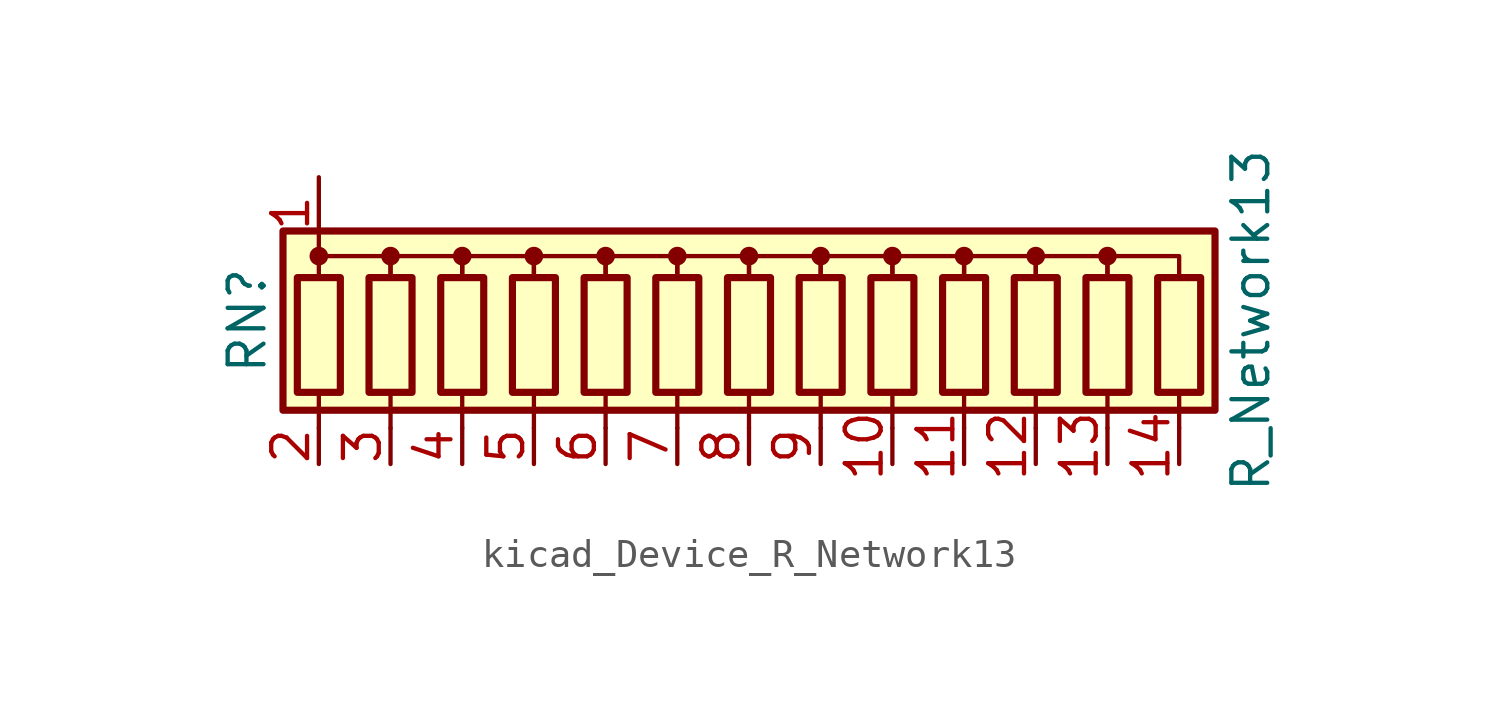
<source format=kicad_sym>
(kicad_symbol_lib
  (version 20220914)
  (generator kicad_symbol_editor)
  (symbol "kicad_Device_R_Network13"
    (pin_names
      (offset 0) hide)
    (property "Reference" "RN"
      (at -17.78 0 90)
      (effects (font (size 1.27 1.27))))
    (property "Value" "R_Network13"
      (at 17.78 0 90)
      (effects (font (size 1.27 1.27))))
    (symbol "kicad_Device_R_Network13_0_1"
      (rectangle (start -16.51 -3.175) (end 16.51 3.175) (stroke (width 0.254) (type default)) (fill (type background)))
      (rectangle (start -16.002 1.524) (end -14.478 -2.54) (stroke (width 0.254) (type default)) (fill (type none)))
      (circle (center -15.24 2.286) (radius 0.254) (stroke (width 0) (type default)) (fill (type outline)))
      (rectangle (start -13.462 1.524) (end -11.938 -2.54) (stroke (width 0.254) (type default)) (fill (type none)))
      (circle (center -12.7 2.286) (radius 0.254) (stroke (width 0) (type default)) (fill (type outline)))
      (rectangle (start -10.922 1.524) (end -9.398 -2.54) (stroke (width 0.254) (type default)) (fill (type none)))
      (circle (center -10.16 2.286) (radius 0.254) (stroke (width 0) (type default)) (fill (type outline)))
      (rectangle (start -8.382 1.524) (end -6.858 -2.54) (stroke (width 0.254) (type default)) (fill (type none)))
      (circle (center -7.62 2.286) (radius 0.254) (stroke (width 0) (type default)) (fill (type outline)))
      (rectangle (start -5.842 1.524) (end -4.318 -2.54) (stroke (width 0.254) (type default)) (fill (type none)))
      (circle (center -5.08 2.286) (radius 0.254) (stroke (width 0) (type default)) (fill (type outline)))
      (rectangle (start -3.302 1.524) (end -1.778 -2.54) (stroke (width 0.254) (type default)) (fill (type none)))
      (circle (center -2.54 2.286) (radius 0.254) (stroke (width 0) (type default)) (fill (type outline)))
      (rectangle (start -0.762 1.524) (end 0.762 -2.54) (stroke (width 0.254) (type default)) (fill (type none)))
      (polyline (pts (xy -15.24 -2.54) (xy -15.24 -3.81)) (stroke (width 0) (type default)) (fill (type none)))
      (polyline (pts (xy -12.7 -2.54) (xy -12.7 -3.81)) (stroke (width 0) (type default)) (fill (type none)))
      (polyline (pts (xy -10.16 -2.54) (xy -10.16 -3.81)) (stroke (width 0) (type default)) (fill (type none)))
      (polyline (pts (xy -7.62 -2.54) (xy -7.62 -3.81)) (stroke (width 0) (type default)) (fill (type none)))
      (polyline (pts (xy -5.08 -2.54) (xy -5.08 -3.81)) (stroke (width 0) (type default)) (fill (type none)))
      (polyline (pts (xy -2.54 -2.54) (xy -2.54 -3.81)) (stroke (width 0) (type default)) (fill (type none)))
      (polyline (pts (xy 0 -2.54) (xy 0 -3.81)) (stroke (width 0) (type default)) (fill (type none)))
      (polyline (pts (xy 2.54 -2.54) (xy 2.54 -3.81)) (stroke (width 0) (type default)) (fill (type none)))
      (polyline (pts (xy 5.08 -2.54) (xy 5.08 -3.81)) (stroke (width 0) (type default)) (fill (type none)))
      (polyline (pts (xy 7.62 -2.54) (xy 7.62 -3.81)) (stroke (width 0) (type default)) (fill (type none)))
      (polyline (pts (xy 10.16 -2.54) (xy 10.16 -3.81)) (stroke (width 0) (type default)) (fill (type none)))
      (polyline (pts (xy 12.7 -2.54) (xy 12.7 -3.81)) (stroke (width 0) (type default)) (fill (type none)))
      (polyline (pts (xy 15.24 -2.54) (xy 15.24 -3.81)) (stroke (width 0) (type default)) (fill (type none)))
      (polyline (pts (xy -15.24 1.524) (xy -15.24 2.286) (xy -12.7 2.286) (xy -12.7 1.524)) (stroke (width 0) (type default)) (fill (type none)))
      (polyline (pts (xy -12.7 1.524) (xy -12.7 2.286) (xy -10.16 2.286) (xy -10.16 1.524)) (stroke (width 0) (type default)) (fill (type none)))
      (polyline (pts (xy -10.16 1.524) (xy -10.16 2.286) (xy -7.62 2.286) (xy -7.62 1.524)) (stroke (width 0) (type default)) (fill (type none)))
      (polyline (pts (xy -7.62 1.524) (xy -7.62 2.286) (xy -5.08 2.286) (xy -5.08 1.524)) (stroke (width 0) (type default)) (fill (type none)))
      (polyline (pts (xy -5.08 1.524) (xy -5.08 2.286) (xy -2.54 2.286) (xy -2.54 1.524)) (stroke (width 0) (type default)) (fill (type none)))
      (polyline (pts (xy -2.54 1.524) (xy -2.54 2.286) (xy 0 2.286) (xy 0 1.524)) (stroke (width 0) (type default)) (fill (type none)))
      (polyline (pts (xy 0 1.524) (xy 0 2.286) (xy 2.54 2.286) (xy 2.54 1.524)) (stroke (width 0) (type default)) (fill (type none)))
      (polyline (pts (xy 2.54 1.524) (xy 2.54 2.286) (xy 5.08 2.286) (xy 5.08 1.524)) (stroke (width 0) (type default)) (fill (type none)))
      (polyline (pts (xy 5.08 1.524) (xy 5.08 2.286) (xy 7.62 2.286) (xy 7.62 1.524)) (stroke (width 0) (type default)) (fill (type none)))
      (polyline (pts (xy 7.62 1.524) (xy 7.62 2.286) (xy 10.16 2.286) (xy 10.16 1.524)) (stroke (width 0) (type default)) (fill (type none)))
      (polyline (pts (xy 10.16 1.524) (xy 10.16 2.286) (xy 12.7 2.286) (xy 12.7 1.524)) (stroke (width 0) (type default)) (fill (type none)))
      (polyline (pts (xy 12.7 1.524) (xy 12.7 2.286) (xy 15.24 2.286) (xy 15.24 1.524)) (stroke (width 0) (type default)) (fill (type none)))
      (circle (center 0 2.286) (radius 0.254) (stroke (width 0) (type default)) (fill (type outline)))
      (rectangle (start 1.778 1.524) (end 3.302 -2.54) (stroke (width 0.254) (type default)) (fill (type none)))
      (circle (center 2.54 2.286) (radius 0.254) (stroke (width 0) (type default)) (fill (type outline)))
      (rectangle (start 4.318 1.524) (end 5.842 -2.54) (stroke (width 0.254) (type default)) (fill (type none)))
      (circle (center 5.08 2.286) (radius 0.254) (stroke (width 0) (type default)) (fill (type outline)))
      (rectangle (start 6.858 1.524) (end 8.382 -2.54) (stroke (width 0.254) (type default)) (fill (type none)))
      (circle (center 7.62 2.286) (radius 0.254) (stroke (width 0) (type default)) (fill (type outline)))
      (rectangle (start 9.398 1.524) (end 10.922 -2.54) (stroke (width 0.254) (type default)) (fill (type none)))
      (circle (center 10.16 2.286) (radius 0.254) (stroke (width 0) (type default)) (fill (type outline)))
      (rectangle (start 11.938 1.524) (end 13.462 -2.54) (stroke (width 0.254) (type default)) (fill (type none)))
      (circle (center 12.7 2.286) (radius 0.254) (stroke (width 0) (type default)) (fill (type outline)))
      (rectangle (start 14.478 1.524) (end 16.002 -2.54) (stroke (width 0.254) (type default)) (fill (type none))))
    (symbol "kicad_Device_R_Network13_1_1"
      (pin passive line (at -15.24 5.08 270) (length 2.54) (name "common" (effects (font (size 1.27 1.27)))) (number "1" (effects (font (size 1.27 1.27)))))
      (pin passive line (at 5.08 -5.08 90) (length 1.27) (name "R9" (effects (font (size 1.27 1.27)))) (number "10" (effects (font (size 1.27 1.27)))))
      (pin passive line (at 7.62 -5.08 90) (length 1.27) (name "R10" (effects (font (size 1.27 1.27)))) (number "11" (effects (font (size 1.27 1.27)))))
      (pin passive line (at 10.16 -5.08 90) (length 1.27) (name "R11" (effects (font (size 1.27 1.27)))) (number "12" (effects (font (size 1.27 1.27)))))
      (pin passive line (at 12.7 -5.08 90) (length 1.27) (name "R12" (effects (font (size 1.27 1.27)))) (number "13" (effects (font (size 1.27 1.27)))))
      (pin passive line (at 15.24 -5.08 90) (length 1.27) (name "R13" (effects (font (size 1.27 1.27)))) (number "14" (effects (font (size 1.27 1.27)))))
      (pin passive line (at -15.24 -5.08 90) (length 1.27) (name "R1" (effects (font (size 1.27 1.27)))) (number "2" (effects (font (size 1.27 1.27)))))
      (pin passive line (at -12.7 -5.08 90) (length 1.27) (name "R2" (effects (font (size 1.27 1.27)))) (number "3" (effects (font (size 1.27 1.27)))))
      (pin passive line (at -10.16 -5.08 90) (length 1.27) (name "R3" (effects (font (size 1.27 1.27)))) (number "4" (effects (font (size 1.27 1.27)))))
      (pin passive line (at -7.62 -5.08 90) (length 1.27) (name "R4" (effects (font (size 1.27 1.27)))) (number "5" (effects (font (size 1.27 1.27)))))
      (pin passive line (at -5.08 -5.08 90) (length 1.27) (name "R5" (effects (font (size 1.27 1.27)))) (number "6" (effects (font (size 1.27 1.27)))))
      (pin passive line (at -2.54 -5.08 90) (length 1.27) (name "R6" (effects (font (size 1.27 1.27)))) (number "7" (effects (font (size 1.27 1.27)))))
      (pin passive line (at 0 -5.08 90) (length 1.27) (name "R7" (effects (font (size 1.27 1.27)))) (number "8" (effects (font (size 1.27 1.27)))))
      (pin passive line (at 2.54 -5.08 90) (length 1.27) (name "R8" (effects (font (size 1.27 1.27)))) (number "9" (effects (font (size 1.27 1.27))))))))
</source>
